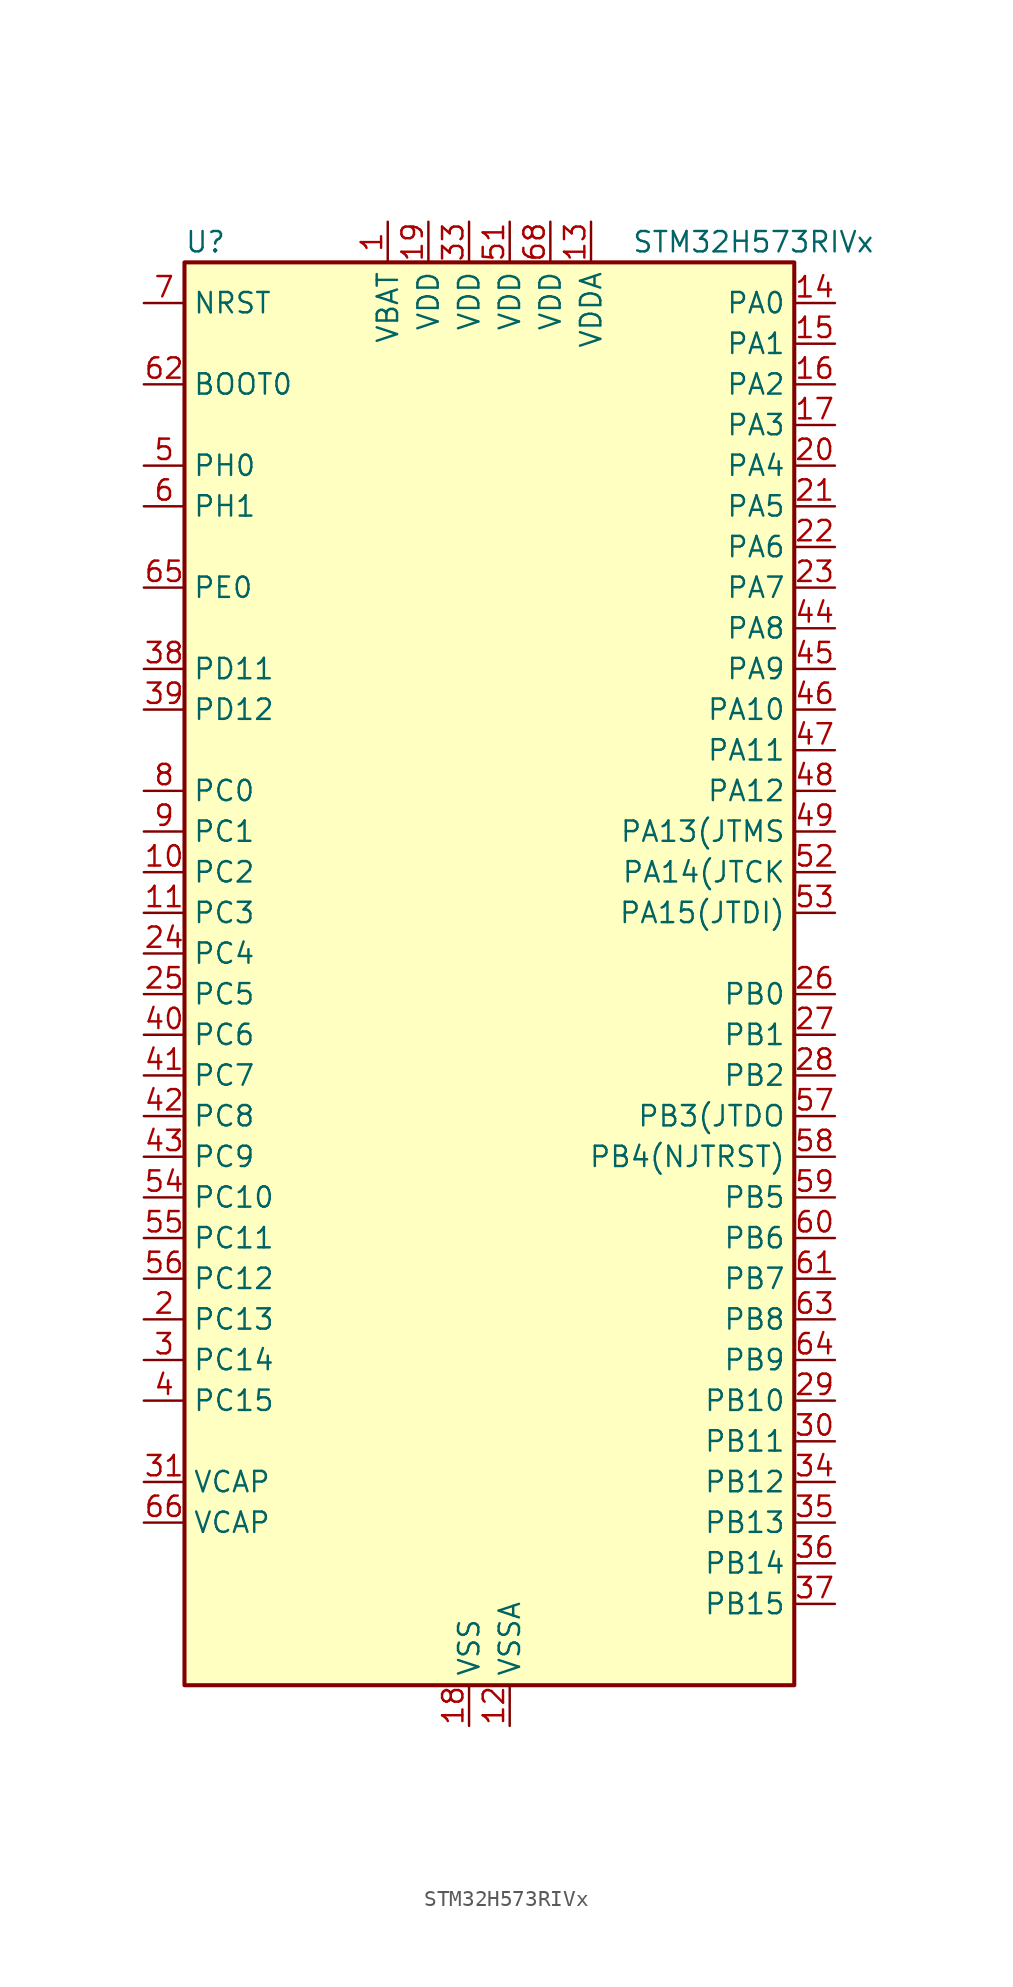
<source format=kicad_sym>
(kicad_symbol_lib
  (version 20231120)
  (generator "kicad_symbol_editor")
  (generator_version "8.0")
  (symbol "STM32H573RIVx"
    (property "Reference" "U"
      (at -17.78 46.99 0)
      (effects (font (size 1.27 1.27)) (justify left)))
    (property "Value" "STM32H573RIVx"
      (at 10.16 46.99 0)
      (effects (font (size 1.27 1.27)) (justify left)))
    (symbol "STM32H573RIVx_0_1"
      (rectangle (start -17.78 -43.18) (end 20.32 45.72) (stroke (width 0.254) (type default)) (fill (type background))))
    (symbol "STM32H573RIVx_1_1"
      (pin power_in line (at -5.08 48.26 270) (length 2.54) (name "VBAT" (effects (font (size 1.27 1.27)))) (number "1" (effects (font (size 1.27 1.27)))))
      (pin bidirectional line (at -20.32 7.62 0) (length 2.54) (name "PC2" (effects (font (size 1.27 1.27)))) (number "10" (effects (font (size 1.27 1.27)))) (alternate "ADC1_INN11" bidirectional line) (alternate "ADC1_INP12" bidirectional line) (alternate "ADC2_INN11" bidirectional line) (alternate "ADC2_INP12" bidirectional line) (alternate "ETH_TXD2" bidirectional line) (alternate "I2S2_SDI" bidirectional line) (alternate "OCTOSPI1_IO2" bidirectional line) (alternate "OCTOSPI1_IO5" bidirectional line) (alternate "PWR_CSLEEP" bidirectional line) (alternate "SPI2_MISO" bidirectional line) (alternate "TIM17_CH1" bidirectional line) (alternate "TIM4_CH4" bidirectional line))
      (pin bidirectional line (at -20.32 5.08 0) (length 2.54) (name "PC3" (effects (font (size 1.27 1.27)))) (number "11" (effects (font (size 1.27 1.27)))) (alternate "ADC1_INN12" bidirectional line) (alternate "ADC1_INP13" bidirectional line) (alternate "ADC2_INN12" bidirectional line) (alternate "ADC2_INP13" bidirectional line) (alternate "ETH_TX_CLK" bidirectional line) (alternate "I2S2_SDO" bidirectional line) (alternate "LPTIM3_CH1" bidirectional line) (alternate "OCTOSPI1_IO0" bidirectional line) (alternate "OCTOSPI1_IO6" bidirectional line) (alternate "PWR_CSTOP" bidirectional line) (alternate "SAI1_D3" bidirectional line) (alternate "SPI2_MOSI" bidirectional line))
      (pin power_in line (at 2.54 -45.72 90) (length 2.54) (name "VSSA" (effects (font (size 1.27 1.27)))) (number "12" (effects (font (size 1.27 1.27)))))
      (pin power_in line (at 7.62 48.26 270) (length 2.54) (name "VDDA" (effects (font (size 1.27 1.27)))) (number "13" (effects (font (size 1.27 1.27)))))
      (pin bidirectional line (at 22.86 43.18 180) (length 2.54) (name "PA0" (effects (font (size 1.27 1.27)))) (number "14" (effects (font (size 1.27 1.27)))) (alternate "ADC1_INN1" bidirectional line) (alternate "ADC1_INP0" bidirectional line) (alternate "ADC2_INN1" bidirectional line) (alternate "ADC2_INP0" bidirectional line) (alternate "ETH_CRS" bidirectional line) (alternate "PWR_WKUP1" bidirectional line) (alternate "SAI2_SD_B" bidirectional line) (alternate "SPI3_RDY" bidirectional line) (alternate "SPI6_NSS" bidirectional line) (alternate "TAMP_IN2" bidirectional line) (alternate "TAMP_OUT1" bidirectional line) (alternate "TIM15_BKIN" bidirectional line) (alternate "TIM2_CH1" bidirectional line) (alternate "TIM2_ETR" bidirectional line) (alternate "TIM5_CH1" bidirectional line) (alternate "TIM8_ETR" bidirectional line) (alternate "UART4_TX" bidirectional line) (alternate "USART2_CTS" bidirectional line) (alternate "USART2_NSS" bidirectional line))
      (pin bidirectional line (at 22.86 40.64 180) (length 2.54) (name "PA1" (effects (font (size 1.27 1.27)))) (number "15" (effects (font (size 1.27 1.27)))) (alternate "ADC1_INP1" bidirectional line) (alternate "ADC2_INP1" bidirectional line) (alternate "ETH_REF_CLK" bidirectional line) (alternate "ETH_RX_CLK" bidirectional line) (alternate "LPTIM1_IN1" bidirectional line) (alternate "OCTOSPI1_DQS" bidirectional line) (alternate "OCTOSPI1_IO3" bidirectional line) (alternate "SAI2_MCLK_B" bidirectional line) (alternate "TAMP_IN5" bidirectional line) (alternate "TAMP_OUT4" bidirectional line) (alternate "TIM15_CH1N" bidirectional line) (alternate "TIM2_CH2" bidirectional line) (alternate "TIM5_CH2" bidirectional line) (alternate "UART4_RX" bidirectional line) (alternate "USART2_RTS" bidirectional line))
      (pin bidirectional line (at 22.86 38.1 180) (length 2.54) (name "PA2" (effects (font (size 1.27 1.27)))) (number "16" (effects (font (size 1.27 1.27)))) (alternate "ADC1_INP14" bidirectional line) (alternate "ADC2_INP14" bidirectional line) (alternate "ETH_MDIO" bidirectional line) (alternate "LPTIM1_IN2" bidirectional line) (alternate "PWR_WKUP2" bidirectional line) (alternate "SAI2_SCK_B" bidirectional line) (alternate "TAMP_IN4" bidirectional line) (alternate "TAMP_OUT3" bidirectional line) (alternate "TIM15_CH1" bidirectional line) (alternate "TIM2_CH3" bidirectional line) (alternate "TIM5_CH3" bidirectional line) (alternate "USART2_TX" bidirectional line))
      (pin bidirectional line (at 22.86 35.56 180) (length 2.54) (name "PA3" (effects (font (size 1.27 1.27)))) (number "17" (effects (font (size 1.27 1.27)))) (alternate "ADC1_INP15" bidirectional line) (alternate "ADC2_INP15" bidirectional line) (alternate "ETH_COL" bidirectional line) (alternate "I2S2_WS" bidirectional line) (alternate "OCTOSPI1_CLK" bidirectional line) (alternate "SAI1_SD_B" bidirectional line) (alternate "SPI2_NSS" bidirectional line) (alternate "TIM15_CH2" bidirectional line) (alternate "TIM2_CH4" bidirectional line) (alternate "TIM5_CH4" bidirectional line) (alternate "USART2_RX" bidirectional line))
      (pin power_in line (at 0 -45.72 90) (length 2.54) (name "VSS" (effects (font (size 1.27 1.27)))) (number "18" (effects (font (size 1.27 1.27)))))
      (pin power_in line (at -2.54 48.26 270) (length 2.54) (name "VDD" (effects (font (size 1.27 1.27)))) (number "19" (effects (font (size 1.27 1.27)))))
      (pin bidirectional line (at -20.32 -20.32 0) (length 2.54) (name "PC13" (effects (font (size 1.27 1.27)))) (number "2" (effects (font (size 1.27 1.27)))) (alternate "PWR_WKUP4" bidirectional line) (alternate "RTC_OUT1" bidirectional line) (alternate "RTC_TS" bidirectional line) (alternate "TAMP_IN1" bidirectional line) (alternate "TAMP_OUT2" bidirectional line) (alternate "TAMP_OUT3" bidirectional line))
      (pin bidirectional line (at 22.86 33.02 180) (length 2.54) (name "PA4" (effects (font (size 1.27 1.27)))) (number "20" (effects (font (size 1.27 1.27)))) (alternate "ADC1_INP18" bidirectional line) (alternate "ADC2_INP18" bidirectional line) (alternate "DAC1_OUT1" bidirectional line) (alternate "DCMI_HSYNC" bidirectional line) (alternate "I2S1_WS" bidirectional line) (alternate "I2S3_WS" bidirectional line) (alternate "LPTIM2_CH1" bidirectional line) (alternate "PSSI_DE" bidirectional line) (alternate "SPI1_NSS" bidirectional line) (alternate "SPI3_NSS" bidirectional line) (alternate "SPI6_NSS" bidirectional line) (alternate "TIM5_ETR" bidirectional line) (alternate "USART2_CK" bidirectional line))
      (pin bidirectional line (at 22.86 30.48 180) (length 2.54) (name "PA5" (effects (font (size 1.27 1.27)))) (number "21" (effects (font (size 1.27 1.27)))) (alternate "ADC1_INN18" bidirectional line) (alternate "ADC1_INP19" bidirectional line) (alternate "ADC2_INN18" bidirectional line) (alternate "ADC2_INP19" bidirectional line) (alternate "DAC1_OUT2" bidirectional line) (alternate "ETH_TX_EN" bidirectional line) (alternate "I2S1_CK" bidirectional line) (alternate "PSSI_D14" bidirectional line) (alternate "SPI1_SCK" bidirectional line) (alternate "SPI6_SCK" bidirectional line) (alternate "TIM2_CH1" bidirectional line) (alternate "TIM2_ETR" bidirectional line) (alternate "TIM8_CH1N" bidirectional line))
      (pin bidirectional line (at 22.86 27.94 180) (length 2.54) (name "PA6" (effects (font (size 1.27 1.27)))) (number "22" (effects (font (size 1.27 1.27)))) (alternate "ADC1_INP3" bidirectional line) (alternate "ADC2_INP3" bidirectional line) (alternate "DCMI_PIXCLK" bidirectional line) (alternate "I2S1_SDI" bidirectional line) (alternate "OCTOSPI1_IO3" bidirectional line) (alternate "PSSI_PDCK" bidirectional line) (alternate "SPI1_MISO" bidirectional line) (alternate "SPI6_MISO" bidirectional line) (alternate "TIM13_CH1" bidirectional line) (alternate "TIM1_BKIN" bidirectional line) (alternate "TIM3_CH1" bidirectional line) (alternate "TIM8_BKIN" bidirectional line) (alternate "USART11_TX" bidirectional line))
      (pin bidirectional line (at 22.86 25.4 180) (length 2.54) (name "PA7" (effects (font (size 1.27 1.27)))) (number "23" (effects (font (size 1.27 1.27)))) (alternate "ADC1_INN3" bidirectional line) (alternate "ADC1_INP7" bidirectional line) (alternate "ADC2_INN3" bidirectional line) (alternate "ADC2_INP7" bidirectional line) (alternate "ETH_CRS_DV" bidirectional line) (alternate "ETH_RX_DV" bidirectional line) (alternate "I2S1_SDO" bidirectional line) (alternate "OCTOSPI1_IO2" bidirectional line) (alternate "SPI1_MOSI" bidirectional line) (alternate "SPI6_MOSI" bidirectional line) (alternate "TIM14_CH1" bidirectional line) (alternate "TIM1_CH1N" bidirectional line) (alternate "TIM3_CH2" bidirectional line) (alternate "TIM8_CH1N" bidirectional line) (alternate "USART11_RX" bidirectional line))
      (pin bidirectional line (at -20.32 2.54 0) (length 2.54) (name "PC4" (effects (font (size 1.27 1.27)))) (number "24" (effects (font (size 1.27 1.27)))) (alternate "ADC1_INP4" bidirectional line) (alternate "ADC2_INP4" bidirectional line) (alternate "ETH_RXD0" bidirectional line) (alternate "I2S1_MCK" bidirectional line) (alternate "LPTIM2_ETR" bidirectional line) (alternate "SAI1_CK1" bidirectional line) (alternate "TIM2_CH4" bidirectional line) (alternate "USART3_RX" bidirectional line))
      (pin bidirectional line (at -20.32 0 0) (length 2.54) (name "PC5" (effects (font (size 1.27 1.27)))) (number "25" (effects (font (size 1.27 1.27)))) (alternate "ADC1_INN4" bidirectional line) (alternate "ADC1_INP8" bidirectional line) (alternate "ADC2_INN4" bidirectional line) (alternate "ADC2_INP8" bidirectional line) (alternate "ETH_RXD1" bidirectional line) (alternate "OCTOSPI1_DQS" bidirectional line) (alternate "PSSI_D15" bidirectional line) (alternate "SAI1_D3" bidirectional line) (alternate "SAI1_FS_A" bidirectional line) (alternate "TIM1_CH4N" bidirectional line))
      (pin bidirectional line (at 22.86 0 180) (length 2.54) (name "PB0" (effects (font (size 1.27 1.27)))) (number "26" (effects (font (size 1.27 1.27)))) (alternate "ADC1_INN5" bidirectional line) (alternate "ADC1_INP9" bidirectional line) (alternate "ADC2_INN5" bidirectional line) (alternate "ADC2_INP9" bidirectional line) (alternate "ETH_RXD2" bidirectional line) (alternate "LPTIM3_CH1" bidirectional line) (alternate "OCTOSPI1_IO1" bidirectional line) (alternate "TIM1_CH2N" bidirectional line) (alternate "TIM3_CH3" bidirectional line) (alternate "TIM8_CH2N" bidirectional line) (alternate "UART4_CTS" bidirectional line) (alternate "USART11_CK" bidirectional line))
      (pin bidirectional line (at 22.86 -2.54 180) (length 2.54) (name "PB1" (effects (font (size 1.27 1.27)))) (number "27" (effects (font (size 1.27 1.27)))) (alternate "ADC1_INP5" bidirectional line) (alternate "ADC2_INP5" bidirectional line) (alternate "ETH_RXD3" bidirectional line) (alternate "LPTIM3_CH2" bidirectional line) (alternate "OCTOSPI1_IO0" bidirectional line) (alternate "TIM1_CH3N" bidirectional line) (alternate "TIM3_CH4" bidirectional line) (alternate "TIM8_CH3N" bidirectional line))
      (pin bidirectional line (at 22.86 -5.08 180) (length 2.54) (name "PB2" (effects (font (size 1.27 1.27)))) (number "28" (effects (font (size 1.27 1.27)))) (alternate "I2S3_SDO" bidirectional line) (alternate "LPTIM1_CH1" bidirectional line) (alternate "LPTIM5_ETR" bidirectional line) (alternate "OCTOSPI1_CLK" bidirectional line) (alternate "OCTOSPI1_DQS" bidirectional line) (alternate "RCC_LSCO" bidirectional line) (alternate "RTC_OUT2" bidirectional line) (alternate "SAI1_D1" bidirectional line) (alternate "SAI1_SD_A" bidirectional line) (alternate "SDMMC1_CMD" bidirectional line) (alternate "SPI1_RDY" bidirectional line) (alternate "SPI3_MOSI" bidirectional line) (alternate "TIM8_CH4N" bidirectional line))
      (pin bidirectional line (at 22.86 -25.4 180) (length 2.54) (name "PB10" (effects (font (size 1.27 1.27)))) (number "29" (effects (font (size 1.27 1.27)))) (alternate "ETH_RX_ER" bidirectional line) (alternate "I2C2_SCL" bidirectional line) (alternate "I2S2_CK" bidirectional line) (alternate "LPTIM2_IN1" bidirectional line) (alternate "LPTIM3_CH1" bidirectional line) (alternate "OCTOSPI1_NCS" bidirectional line) (alternate "SPI2_SCK" bidirectional line) (alternate "TIM2_CH3" bidirectional line) (alternate "USART3_TX" bidirectional line))
      (pin bidirectional line (at -20.32 -22.86 0) (length 2.54) (name "PC14" (effects (font (size 1.27 1.27)))) (number "3" (effects (font (size 1.27 1.27)))) (alternate "RCC_OSC32_IN" bidirectional line))
      (pin bidirectional line (at 22.86 -27.94 180) (length 2.54) (name "PB11" (effects (font (size 1.27 1.27)))) (number "30" (effects (font (size 1.27 1.27)))) (alternate "ADC1_EXTI11" bidirectional line) (alternate "ADC2_EXTI11" bidirectional line) (alternate "ETH_TX_EN" bidirectional line) (alternate "I2C2_SDA" bidirectional line) (alternate "LPTIM2_ETR" bidirectional line) (alternate "SPI2_RDY" bidirectional line) (alternate "TIM2_CH4" bidirectional line) (alternate "USART3_RX" bidirectional line))
      (pin power_out line (at -20.32 -30.48 0) (length 2.54) (name "VCAP" (effects (font (size 1.27 1.27)))) (number "31" (effects (font (size 1.27 1.27)))))
      (pin passive line (at 0 -45.72 90) (length 2.54) hide (name "VSS" (effects (font (size 1.27 1.27)))) (number "32" (effects (font (size 1.27 1.27)))))
      (pin power_in line (at 0 48.26 270) (length 2.54) (name "VDD" (effects (font (size 1.27 1.27)))) (number "33" (effects (font (size 1.27 1.27)))))
      (pin bidirectional line (at 22.86 -30.48 180) (length 2.54) (name "PB12" (effects (font (size 1.27 1.27)))) (number "34" (effects (font (size 1.27 1.27)))) (alternate "ETH_TXD0" bidirectional line) (alternate "FDCAN2_RX" bidirectional line) (alternate "I2C2_SDA" bidirectional line) (alternate "I2S2_WS" bidirectional line) (alternate "OCTOSPI1_NCLK" bidirectional line) (alternate "SPI2_NSS" bidirectional line) (alternate "TIM1_BKIN" bidirectional line) (alternate "UART5_RX" bidirectional line) (alternate "UCPD1_FRSTX" bidirectional line) (alternate "USART3_CK" bidirectional line))
      (pin bidirectional line (at 22.86 -33.02 180) (length 2.54) (name "PB13" (effects (font (size 1.27 1.27)))) (number "35" (effects (font (size 1.27 1.27)))) (alternate "FDCAN2_TX" bidirectional line) (alternate "I2C2_SMBA" bidirectional line) (alternate "I2S2_CK" bidirectional line) (alternate "LPTIM2_CH1" bidirectional line) (alternate "LPTIM3_IN1" bidirectional line) (alternate "SDMMC1_D0" bidirectional line) (alternate "SPI2_SCK" bidirectional line) (alternate "TIM1_CH1N" bidirectional line) (alternate "UART5_TX" bidirectional line) (alternate "UCPD1_CC1" bidirectional line) (alternate "USART3_CTS" bidirectional line) (alternate "USART3_NSS" bidirectional line))
      (pin bidirectional line (at 22.86 -35.56 180) (length 2.54) (name "PB14" (effects (font (size 1.27 1.27)))) (number "36" (effects (font (size 1.27 1.27)))) (alternate "I2S2_SDI" bidirectional line) (alternate "LPTIM3_ETR" bidirectional line) (alternate "SPI2_MISO" bidirectional line) (alternate "TIM12_CH1" bidirectional line) (alternate "TIM1_CH2N" bidirectional line) (alternate "TIM8_CH2N" bidirectional line) (alternate "UART4_DE" bidirectional line) (alternate "UART4_RTS" bidirectional line) (alternate "UCPD1_CC2" bidirectional line) (alternate "USART1_TX" bidirectional line) (alternate "USART3_RTS" bidirectional line))
      (pin bidirectional line (at 22.86 -38.1 180) (length 2.54) (name "PB15" (effects (font (size 1.27 1.27)))) (number "37" (effects (font (size 1.27 1.27)))) (alternate "ADC1_EXTI15" bidirectional line) (alternate "ADC2_EXTI15" bidirectional line) (alternate "DCMI_D2" bidirectional line) (alternate "ETH_TXD1" bidirectional line) (alternate "I2S2_SDO" bidirectional line) (alternate "OCTOSPI1_CLK" bidirectional line) (alternate "PSSI_D2" bidirectional line) (alternate "PWR_PVD_IN" bidirectional line) (alternate "RTC_REFIN" bidirectional line) (alternate "SPI2_MOSI" bidirectional line) (alternate "TIM12_CH2" bidirectional line) (alternate "TIM1_CH3N" bidirectional line) (alternate "TIM8_CH3N" bidirectional line) (alternate "UART4_CTS" bidirectional line) (alternate "UART5_RX" bidirectional line) (alternate "USART11_CTS" bidirectional line) (alternate "USART11_NSS" bidirectional line) (alternate "USART1_RX" bidirectional line))
      (pin bidirectional line (at -20.32 20.32 0) (length 2.54) (name "PD11" (effects (font (size 1.27 1.27)))) (number "38" (effects (font (size 1.27 1.27)))) (alternate "ADC1_EXTI11" bidirectional line) (alternate "ADC2_EXTI11" bidirectional line) (alternate "I2C4_SMBA" bidirectional line) (alternate "LPTIM2_IN2" bidirectional line) (alternate "OCTOSPI1_IO0" bidirectional line) (alternate "SAI1_CK1" bidirectional line) (alternate "SAI2_SD_A" bidirectional line) (alternate "UART4_RX" bidirectional line) (alternate "USART3_CTS" bidirectional line) (alternate "USART3_NSS" bidirectional line))
      (pin bidirectional line (at -20.32 17.78 0) (length 2.54) (name "PD12" (effects (font (size 1.27 1.27)))) (number "39" (effects (font (size 1.27 1.27)))) (alternate "DCMI_D12" bidirectional line) (alternate "I2C4_SCL" bidirectional line) (alternate "I3C1_SCL" bidirectional line) (alternate "LPTIM1_IN1" bidirectional line) (alternate "LPTIM2_IN1" bidirectional line) (alternate "OCTOSPI1_IO1" bidirectional line) (alternate "PSSI_D12" bidirectional line) (alternate "SAI1_D1" bidirectional line) (alternate "SAI2_FS_A" bidirectional line) (alternate "TIM4_CH1" bidirectional line) (alternate "UART4_TX" bidirectional line) (alternate "USART3_RTS" bidirectional line))
      (pin bidirectional line (at -20.32 -25.4 0) (length 2.54) (name "PC15" (effects (font (size 1.27 1.27)))) (number "4" (effects (font (size 1.27 1.27)))) (alternate "ADC1_EXTI15" bidirectional line) (alternate "ADC2_EXTI15" bidirectional line) (alternate "RCC_OSC32_OUT" bidirectional line))
      (pin bidirectional line (at -20.32 -2.54 0) (length 2.54) (name "PC6" (effects (font (size 1.27 1.27)))) (number "40" (effects (font (size 1.27 1.27)))) (alternate "DCMI_D0" bidirectional line) (alternate "I2S2_MCK" bidirectional line) (alternate "OCTOSPI1_IO5" bidirectional line) (alternate "PSSI_D0" bidirectional line) (alternate "SAI1_SCK_A" bidirectional line) (alternate "SDMMC1_D0DIR" bidirectional line) (alternate "SDMMC1_D6" bidirectional line) (alternate "TIM3_CH1" bidirectional line) (alternate "TIM8_CH1" bidirectional line) (alternate "USART6_TX" bidirectional line))
      (pin bidirectional line (at -20.32 -5.08 0) (length 2.54) (name "PC7" (effects (font (size 1.27 1.27)))) (number "41" (effects (font (size 1.27 1.27)))) (alternate "DCMI_D1" bidirectional line) (alternate "DEBUG_TRGIO" bidirectional line) (alternate "I2S3_MCK" bidirectional line) (alternate "OCTOSPI1_IO6" bidirectional line) (alternate "PSSI_D1" bidirectional line) (alternate "SDMMC1_D123DIR" bidirectional line) (alternate "SDMMC1_D7" bidirectional line) (alternate "TIM3_CH2" bidirectional line) (alternate "TIM8_CH2" bidirectional line) (alternate "USART6_RX" bidirectional line))
      (pin bidirectional line (at -20.32 -7.62 0) (length 2.54) (name "PC8" (effects (font (size 1.27 1.27)))) (number "42" (effects (font (size 1.27 1.27)))) (alternate "DCMI_D2" bidirectional line) (alternate "DEBUG_TRACED1" bidirectional line) (alternate "PSSI_D2" bidirectional line) (alternate "SDMMC1_D0" bidirectional line) (alternate "TIM3_CH3" bidirectional line) (alternate "TIM8_CH3" bidirectional line) (alternate "UART5_DE" bidirectional line) (alternate "UART5_RTS" bidirectional line) (alternate "USART6_CK" bidirectional line))
      (pin bidirectional line (at -20.32 -10.16 0) (length 2.54) (name "PC9" (effects (font (size 1.27 1.27)))) (number "43" (effects (font (size 1.27 1.27)))) (alternate "AUDIOCLK" bidirectional line) (alternate "DAC1_EXTI9" bidirectional line) (alternate "DCMI_D3" bidirectional line) (alternate "I2C3_SDA" bidirectional line) (alternate "OCTOSPI1_IO0" bidirectional line) (alternate "PSSI_D3" bidirectional line) (alternate "RCC_MCO_2" bidirectional line) (alternate "SDMMC1_D1" bidirectional line) (alternate "TIM3_CH4" bidirectional line) (alternate "TIM8_CH4" bidirectional line) (alternate "UART5_CTS" bidirectional line) (alternate "UCPD1_DB2" bidirectional line))
      (pin bidirectional line (at 22.86 22.86 180) (length 2.54) (name "PA8" (effects (font (size 1.27 1.27)))) (number "44" (effects (font (size 1.27 1.27)))) (alternate "DCMI_D3" bidirectional line) (alternate "I2C3_SCL" bidirectional line) (alternate "PSSI_D3" bidirectional line) (alternate "RCC_MCO_1" bidirectional line) (alternate "SPI1_RDY" bidirectional line) (alternate "TIM1_CH1" bidirectional line) (alternate "TIM8_BKIN2" bidirectional line) (alternate "UART7_RX" bidirectional line) (alternate "USART1_CK" bidirectional line) (alternate "USB_SOF" bidirectional line))
      (pin bidirectional line (at 22.86 20.32 180) (length 2.54) (name "PA9" (effects (font (size 1.27 1.27)))) (number "45" (effects (font (size 1.27 1.27)))) (alternate "DAC1_EXTI9" bidirectional line) (alternate "DCMI_D0" bidirectional line) (alternate "ETH_TX_ER" bidirectional line) (alternate "I2C3_SMBA" bidirectional line) (alternate "I2S2_CK" bidirectional line) (alternate "LPUART1_TX" bidirectional line) (alternate "PSSI_D0" bidirectional line) (alternate "SPI2_SCK" bidirectional line) (alternate "TIM1_CH2" bidirectional line) (alternate "UCPD1_DB1" bidirectional line) (alternate "USART1_TX" bidirectional line))
      (pin bidirectional line (at 22.86 17.78 180) (length 2.54) (name "PA10" (effects (font (size 1.27 1.27)))) (number "46" (effects (font (size 1.27 1.27)))) (alternate "DCMI_D1" bidirectional line) (alternate "FDCAN2_TX" bidirectional line) (alternate "LPTIM2_IN2" bidirectional line) (alternate "LPUART1_RX" bidirectional line) (alternate "PSSI_D1" bidirectional line) (alternate "SDMMC1_D0" bidirectional line) (alternate "TIM1_CH3" bidirectional line) (alternate "UCPD1_FRSTX" bidirectional line) (alternate "USART1_RX" bidirectional line))
      (pin bidirectional line (at 22.86 15.24 180) (length 2.54) (name "PA11" (effects (font (size 1.27 1.27)))) (number "47" (effects (font (size 1.27 1.27)))) (alternate "ADC1_EXTI11" bidirectional line) (alternate "ADC2_EXTI11" bidirectional line) (alternate "FDCAN1_RX" bidirectional line) (alternate "I2S2_WS" bidirectional line) (alternate "LPUART1_CTS" bidirectional line) (alternate "SPI2_NSS" bidirectional line) (alternate "TIM1_CH4" bidirectional line) (alternate "UART4_RX" bidirectional line) (alternate "USART1_CTS" bidirectional line) (alternate "USART1_NSS" bidirectional line) (alternate "USB_DM" bidirectional line))
      (pin bidirectional line (at 22.86 12.7 180) (length 2.54) (name "PA12" (effects (font (size 1.27 1.27)))) (number "48" (effects (font (size 1.27 1.27)))) (alternate "FDCAN1_TX" bidirectional line) (alternate "I2S2_CK" bidirectional line) (alternate "LPUART1_RTS" bidirectional line) (alternate "SAI2_FS_B" bidirectional line) (alternate "SPI2_SCK" bidirectional line) (alternate "TIM1_ETR" bidirectional line) (alternate "UART4_TX" bidirectional line) (alternate "USART1_RTS" bidirectional line) (alternate "USB_DP" bidirectional line))
      (pin bidirectional line (at 22.86 10.16 180) (length 2.54) (name "PA13(JTMS" (effects (font (size 1.27 1.27)))) (number "49" (effects (font (size 1.27 1.27)))) (alternate "DEBUG_JTMS-SWDIO" bidirectional line))
      (pin bidirectional line (at -20.32 33.02 0) (length 2.54) (name "PH0" (effects (font (size 1.27 1.27)))) (number "5" (effects (font (size 1.27 1.27)))) (alternate "RCC_OSC_IN" bidirectional line))
      (pin passive line (at 0 -45.72 90) (length 2.54) hide (name "VSS" (effects (font (size 1.27 1.27)))) (number "50" (effects (font (size 1.27 1.27)))))
      (pin power_in line (at 2.54 48.26 270) (length 2.54) (name "VDD" (effects (font (size 1.27 1.27)))) (number "51" (effects (font (size 1.27 1.27)))))
      (pin bidirectional line (at 22.86 7.62 180) (length 2.54) (name "PA14(JTCK" (effects (font (size 1.27 1.27)))) (number "52" (effects (font (size 1.27 1.27)))) (alternate "DEBUG_JTCK-SWCLK" bidirectional line))
      (pin bidirectional line (at 22.86 5.08 180) (length 2.54) (name "PA15(JTDI)" (effects (font (size 1.27 1.27)))) (number "53" (effects (font (size 1.27 1.27)))) (alternate "ADC1_EXTI15" bidirectional line) (alternate "ADC2_EXTI15" bidirectional line) (alternate "CEC" bidirectional line) (alternate "DCMI_D11" bidirectional line) (alternate "DEBUG_JTDI" bidirectional line) (alternate "I2S1_WS" bidirectional line) (alternate "I2S3_WS" bidirectional line) (alternate "LPTIM3_IN2" bidirectional line) (alternate "PSSI_D11" bidirectional line) (alternate "SPI1_NSS" bidirectional line) (alternate "SPI3_NSS" bidirectional line) (alternate "SPI6_NSS" bidirectional line) (alternate "TIM2_CH1" bidirectional line) (alternate "TIM2_ETR" bidirectional line) (alternate "UART4_DE" bidirectional line) (alternate "UART4_RTS" bidirectional line) (alternate "UART7_TX" bidirectional line))
      (pin bidirectional line (at -20.32 -12.7 0) (length 2.54) (name "PC10" (effects (font (size 1.27 1.27)))) (number "54" (effects (font (size 1.27 1.27)))) (alternate "DCMI_D8" bidirectional line) (alternate "ETH_TXD0" bidirectional line) (alternate "I2S3_CK" bidirectional line) (alternate "LPTIM3_ETR" bidirectional line) (alternate "OCTOSPI1_IO1" bidirectional line) (alternate "PSSI_D8" bidirectional line) (alternate "SDMMC1_D2" bidirectional line) (alternate "SPI3_SCK" bidirectional line) (alternate "UART4_TX" bidirectional line) (alternate "USART3_TX" bidirectional line))
      (pin bidirectional line (at -20.32 -15.24 0) (length 2.54) (name "PC11" (effects (font (size 1.27 1.27)))) (number "55" (effects (font (size 1.27 1.27)))) (alternate "ADC1_EXTI11" bidirectional line) (alternate "ADC2_EXTI11" bidirectional line) (alternate "DCMI_D4" bidirectional line) (alternate "I2S3_SDI" bidirectional line) (alternate "LPTIM3_IN1" bidirectional line) (alternate "OCTOSPI1_NCS" bidirectional line) (alternate "PSSI_D4" bidirectional line) (alternate "SDMMC1_D3" bidirectional line) (alternate "SPI3_MISO" bidirectional line) (alternate "UART4_RX" bidirectional line) (alternate "USART3_RX" bidirectional line))
      (pin bidirectional line (at -20.32 -17.78 0) (length 2.54) (name "PC12" (effects (font (size 1.27 1.27)))) (number "56" (effects (font (size 1.27 1.27)))) (alternate "DCMI_D9" bidirectional line) (alternate "DEBUG_TRACED3" bidirectional line) (alternate "I2S3_SDO" bidirectional line) (alternate "PSSI_D9" bidirectional line) (alternate "SDMMC1_CK" bidirectional line) (alternate "SPI3_MOSI" bidirectional line) (alternate "SPI6_SCK" bidirectional line) (alternate "TIM15_CH1" bidirectional line) (alternate "UART5_TX" bidirectional line) (alternate "USART3_CK" bidirectional line))
      (pin bidirectional line (at 22.86 -7.62 180) (length 2.54) (name "PB3(JTDO" (effects (font (size 1.27 1.27)))) (number "57" (effects (font (size 1.27 1.27)))) (alternate "CRS_SYNC" bidirectional line) (alternate "DEBUG_JTDO-SWO" bidirectional line) (alternate "I2C2_SDA" bidirectional line) (alternate "I2S1_CK" bidirectional line) (alternate "I2S3_CK" bidirectional line) (alternate "LPTIM6_ETR" bidirectional line) (alternate "SPI1_SCK" bidirectional line) (alternate "SPI3_SCK" bidirectional line) (alternate "SPI6_SCK" bidirectional line) (alternate "TIM2_CH2" bidirectional line) (alternate "UART7_RX" bidirectional line))
      (pin bidirectional line (at 22.86 -10.16 180) (length 2.54) (name "PB4(NJTRST)" (effects (font (size 1.27 1.27)))) (number "58" (effects (font (size 1.27 1.27)))) (alternate "DCMI_D7" bidirectional line) (alternate "DEBUG_JTRST" bidirectional line) (alternate "I2S1_SDI" bidirectional line) (alternate "I2S2_WS" bidirectional line) (alternate "I2S3_SDI" bidirectional line) (alternate "LPTIM1_CH2" bidirectional line) (alternate "OCTOSPI1_CLK" bidirectional line) (alternate "PSSI_D7" bidirectional line) (alternate "SPI1_MISO" bidirectional line) (alternate "SPI2_NSS" bidirectional line) (alternate "SPI3_MISO" bidirectional line) (alternate "SPI6_MISO" bidirectional line) (alternate "TIM16_BKIN" bidirectional line) (alternate "TIM3_CH1" bidirectional line) (alternate "UART7_TX" bidirectional line))
      (pin bidirectional line (at 22.86 -12.7 180) (length 2.54) (name "PB5" (effects (font (size 1.27 1.27)))) (number "59" (effects (font (size 1.27 1.27)))) (alternate "DCMI_D10" bidirectional line) (alternate "ETH_PPS_OUT" bidirectional line) (alternate "FDCAN2_RX" bidirectional line) (alternate "I2C1_SMBA" bidirectional line) (alternate "I2C4_SMBA" bidirectional line) (alternate "I2S1_SDO" bidirectional line) (alternate "I2S3_SDO" bidirectional line) (alternate "OCTOSPI1_NCLK" bidirectional line) (alternate "PSSI_D10" bidirectional line) (alternate "SPI1_MOSI" bidirectional line) (alternate "SPI3_MOSI" bidirectional line) (alternate "SPI6_MOSI" bidirectional line) (alternate "TIM17_BKIN" bidirectional line) (alternate "TIM3_CH2" bidirectional line) (alternate "UART5_RX" bidirectional line))
      (pin bidirectional line (at -20.32 30.48 0) (length 2.54) (name "PH1" (effects (font (size 1.27 1.27)))) (number "6" (effects (font (size 1.27 1.27)))) (alternate "RCC_OSC_OUT" bidirectional line))
      (pin bidirectional line (at 22.86 -15.24 180) (length 2.54) (name "PB6" (effects (font (size 1.27 1.27)))) (number "60" (effects (font (size 1.27 1.27)))) (alternate "CEC" bidirectional line) (alternate "DCMI_D5" bidirectional line) (alternate "FDCAN2_TX" bidirectional line) (alternate "I2C1_SCL" bidirectional line) (alternate "I2C4_SCL" bidirectional line) (alternate "I3C1_SCL" bidirectional line) (alternate "LPUART1_TX" bidirectional line) (alternate "OCTOSPI1_NCS" bidirectional line) (alternate "PSSI_D5" bidirectional line) (alternate "TIM16_CH1N" bidirectional line) (alternate "TIM4_CH1" bidirectional line) (alternate "UART5_TX" bidirectional line) (alternate "USART1_TX" bidirectional line))
      (pin bidirectional line (at 22.86 -17.78 180) (length 2.54) (name "PB7" (effects (font (size 1.27 1.27)))) (number "61" (effects (font (size 1.27 1.27)))) (alternate "DCMI_VSYNC" bidirectional line) (alternate "FDCAN1_TX" bidirectional line) (alternate "I2C1_SDA" bidirectional line) (alternate "I2C4_SDA" bidirectional line) (alternate "I3C1_SDA" bidirectional line) (alternate "LPUART1_RX" bidirectional line) (alternate "PSSI_RDY" bidirectional line) (alternate "PWR_WKUP5" bidirectional line) (alternate "TIM17_CH1N" bidirectional line) (alternate "TIM4_CH2" bidirectional line) (alternate "USART1_RX" bidirectional line))
      (pin input line (at -20.32 38.1 0) (length 2.54) (name "BOOT0" (effects (font (size 1.27 1.27)))) (number "62" (effects (font (size 1.27 1.27)))))
      (pin bidirectional line (at 22.86 -20.32 180) (length 2.54) (name "PB8" (effects (font (size 1.27 1.27)))) (number "63" (effects (font (size 1.27 1.27)))) (alternate "DCMI_D6" bidirectional line) (alternate "ETH_TXD3" bidirectional line) (alternate "FDCAN1_RX" bidirectional line) (alternate "I2C1_SCL" bidirectional line) (alternate "I2C4_SCL" bidirectional line) (alternate "I3C1_SCL" bidirectional line) (alternate "PSSI_D6" bidirectional line) (alternate "SDMMC1_CKIN" bidirectional line) (alternate "SDMMC1_D4" bidirectional line) (alternate "TIM16_CH1" bidirectional line) (alternate "TIM4_CH3" bidirectional line) (alternate "UART4_RX" bidirectional line))
      (pin bidirectional line (at 22.86 -22.86 180) (length 2.54) (name "PB9" (effects (font (size 1.27 1.27)))) (number "64" (effects (font (size 1.27 1.27)))) (alternate "DAC1_EXTI9" bidirectional line) (alternate "DCMI_D7" bidirectional line) (alternate "FDCAN1_TX" bidirectional line) (alternate "I2C1_SDA" bidirectional line) (alternate "I2C4_SDA" bidirectional line) (alternate "I2S2_WS" bidirectional line) (alternate "I3C1_SDA" bidirectional line) (alternate "PSSI_D7" bidirectional line) (alternate "SDMMC1_CDIR" bidirectional line) (alternate "SDMMC1_D5" bidirectional line) (alternate "SPI2_NSS" bidirectional line) (alternate "TIM17_CH1" bidirectional line) (alternate "TIM4_CH4" bidirectional line) (alternate "UART4_TX" bidirectional line))
      (pin bidirectional line (at -20.32 25.4 0) (length 2.54) (name "PE0" (effects (font (size 1.27 1.27)))) (number "65" (effects (font (size 1.27 1.27)))) (alternate "DCMI_D2" bidirectional line) (alternate "FDCAN1_RX" bidirectional line) (alternate "LPTIM1_ETR" bidirectional line) (alternate "LPTIM2_CH2" bidirectional line) (alternate "LPTIM2_ETR" bidirectional line) (alternate "PSSI_D2" bidirectional line) (alternate "SAI2_MCLK_A" bidirectional line) (alternate "SPI3_RDY" bidirectional line) (alternate "TIM4_ETR" bidirectional line))
      (pin power_out line (at -20.32 -33.02 0) (length 2.54) (name "VCAP" (effects (font (size 1.27 1.27)))) (number "66" (effects (font (size 1.27 1.27)))))
      (pin passive line (at 0 -45.72 90) (length 2.54) hide (name "VSS" (effects (font (size 1.27 1.27)))) (number "67" (effects (font (size 1.27 1.27)))))
      (pin power_in line (at 5.08 48.26 270) (length 2.54) (name "VDD" (effects (font (size 1.27 1.27)))) (number "68" (effects (font (size 1.27 1.27)))))
      (pin passive line (at 0 -45.72 90) (length 2.54) hide (name "VSS" (effects (font (size 1.27 1.27)))) (number "69" (effects (font (size 1.27 1.27)))))
      (pin input line (at -20.32 43.18 0) (length 2.54) (name "NRST" (effects (font (size 1.27 1.27)))) (number "7" (effects (font (size 1.27 1.27)))))
      (pin bidirectional line (at -20.32 12.7 0) (length 2.54) (name "PC0" (effects (font (size 1.27 1.27)))) (number "8" (effects (font (size 1.27 1.27)))) (alternate "ADC1_INP10" bidirectional line) (alternate "ADC2_INP10" bidirectional line) (alternate "OCTOSPI1_IO7" bidirectional line) (alternate "SAI1_MCLK_A" bidirectional line) (alternate "SAI2_FS_B" bidirectional line) (alternate "SPI2_RDY" bidirectional line) (alternate "TIM16_BKIN" bidirectional line))
      (pin bidirectional line (at -20.32 10.16 0) (length 2.54) (name "PC1" (effects (font (size 1.27 1.27)))) (number "9" (effects (font (size 1.27 1.27)))) (alternate "ADC1_INN10" bidirectional line) (alternate "ADC1_INP11" bidirectional line) (alternate "ADC2_INN10" bidirectional line) (alternate "ADC2_INP11" bidirectional line) (alternate "DEBUG_TRACED0" bidirectional line) (alternate "ETH_MDC" bidirectional line) (alternate "I2S2_SDO" bidirectional line) (alternate "OCTOSPI1_IO4" bidirectional line) (alternate "PWR_WKUP6" bidirectional line) (alternate "SAI1_D1" bidirectional line) (alternate "SAI1_SD_A" bidirectional line) (alternate "SAI2_SD_A" bidirectional line) (alternate "SPI2_MOSI" bidirectional line) (alternate "TAMP_IN3" bidirectional line) (alternate "TAMP_OUT5" bidirectional line) (alternate "USART11_RTS" bidirectional line)))))
</source>
